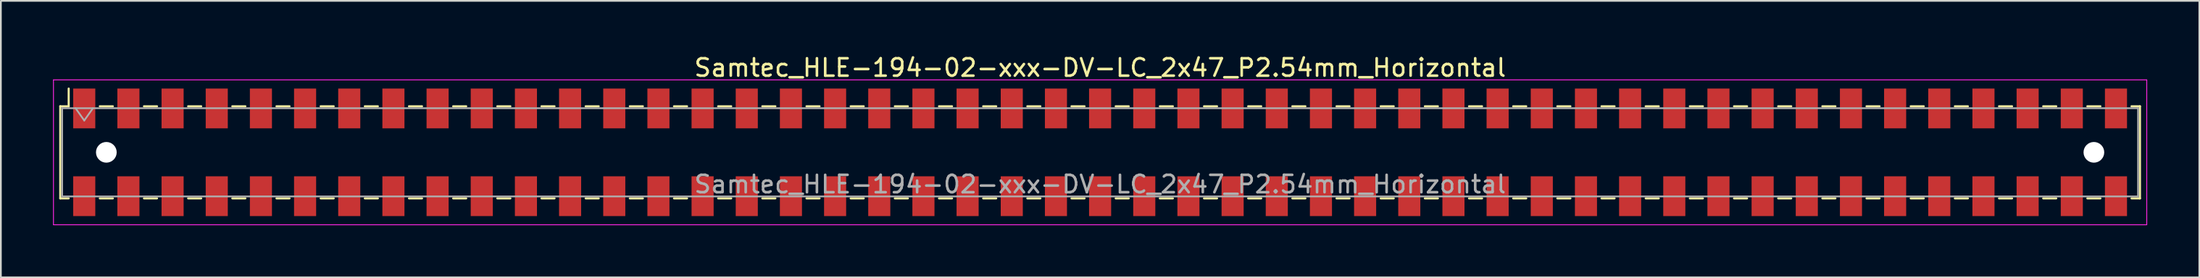
<source format=kicad_pcb>
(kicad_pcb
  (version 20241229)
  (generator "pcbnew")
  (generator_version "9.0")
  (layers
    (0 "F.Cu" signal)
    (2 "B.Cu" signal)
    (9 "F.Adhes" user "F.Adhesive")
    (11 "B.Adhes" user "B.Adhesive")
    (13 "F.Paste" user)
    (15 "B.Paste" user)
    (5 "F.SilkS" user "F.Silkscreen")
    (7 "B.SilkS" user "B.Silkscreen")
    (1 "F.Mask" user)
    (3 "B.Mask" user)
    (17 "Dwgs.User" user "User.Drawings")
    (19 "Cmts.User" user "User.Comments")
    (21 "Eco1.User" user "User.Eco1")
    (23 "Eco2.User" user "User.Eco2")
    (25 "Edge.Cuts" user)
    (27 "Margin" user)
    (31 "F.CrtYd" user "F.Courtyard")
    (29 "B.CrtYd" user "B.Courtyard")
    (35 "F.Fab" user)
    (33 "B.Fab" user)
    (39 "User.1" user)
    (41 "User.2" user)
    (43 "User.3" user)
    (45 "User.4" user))
  (footprint "Samtec_HLE-194-02-xxx-DV-LC_2x47_P2.54mm_Horizontal"
    (layer "F.Cu")
    (at 60.215 5.718)
    (property "Reference" "Samtec_HLE-194-02-xxx-DV-LC_2x47_P2.54mm_Horizontal" (at 0 -4.87 0) (layer "F.SilkS") (effects (font (size 1 1) (thickness 0.15))))
    (attr smd)
    (fp_line (start -59.8 -2.65) (end -59.8 2.65) (stroke (width 0.12) (type solid)) (layer "F.SilkS"))
    (fp_line (start -59.8 2.65) (end -59.315 2.65) (stroke (width 0.12) (type solid)) (layer "F.SilkS"))
    (fp_line (start -59.315 -3.67) (end -59.315 -2.65) (stroke (width 0.12) (type solid)) (layer "F.SilkS"))
    (fp_line (start -59.315 -2.65) (end -59.8 -2.65) (stroke (width 0.12) (type solid)) (layer "F.SilkS"))
    (fp_line (start -57.525 -2.65) (end -56.775 -2.65) (stroke (width 0.12) (type solid)) (layer "F.SilkS"))
    (fp_line (start -57.525 2.65) (end -56.775 2.65) (stroke (width 0.12) (type solid)) (layer "F.SilkS"))
    (fp_line (start -54.985 -2.65) (end -54.235 -2.65) (stroke (width 0.12) (type solid)) (layer "F.SilkS"))
    (fp_line (start -54.985 2.65) (end -54.235 2.65) (stroke (width 0.12) (type solid)) (layer "F.SilkS"))
    (fp_line (start -52.445 -2.65) (end -51.695 -2.65) (stroke (width 0.12) (type solid)) (layer "F.SilkS"))
    (fp_line (start -52.445 2.65) (end -51.695 2.65) (stroke (width 0.12) (type solid)) (layer "F.SilkS"))
    (fp_line (start -49.905 -2.65) (end -49.155 -2.65) (stroke (width 0.12) (type solid)) (layer "F.SilkS"))
    (fp_line (start -49.905 2.65) (end -49.155 2.65) (stroke (width 0.12) (type solid)) (layer "F.SilkS"))
    (fp_line (start -47.365 -2.65) (end -46.615 -2.65) (stroke (width 0.12) (type solid)) (layer "F.SilkS"))
    (fp_line (start -47.365 2.65) (end -46.615 2.65) (stroke (width 0.12) (type solid)) (layer "F.SilkS"))
    (fp_line (start -44.825 -2.65) (end -44.075 -2.65) (stroke (width 0.12) (type solid)) (layer "F.SilkS"))
    (fp_line (start -44.825 2.65) (end -44.075 2.65) (stroke (width 0.12) (type solid)) (layer "F.SilkS"))
    (fp_line (start -42.285 -2.65) (end -41.535 -2.65) (stroke (width 0.12) (type solid)) (layer "F.SilkS"))
    (fp_line (start -42.285 2.65) (end -41.535 2.65) (stroke (width 0.12) (type solid)) (layer "F.SilkS"))
    (fp_line (start -39.745 -2.65) (end -38.995 -2.65) (stroke (width 0.12) (type solid)) (layer "F.SilkS"))
    (fp_line (start -39.745 2.65) (end -38.995 2.65) (stroke (width 0.12) (type solid)) (layer "F.SilkS"))
    (fp_line (start -37.205 -2.65) (end -36.455 -2.65) (stroke (width 0.12) (type solid)) (layer "F.SilkS"))
    (fp_line (start -37.205 2.65) (end -36.455 2.65) (stroke (width 0.12) (type solid)) (layer "F.SilkS"))
    (fp_line (start -34.665 -2.65) (end -33.915 -2.65) (stroke (width 0.12) (type solid)) (layer "F.SilkS"))
    (fp_line (start -34.665 2.65) (end -33.915 2.65) (stroke (width 0.12) (type solid)) (layer "F.SilkS"))
    (fp_line (start -32.125 -2.65) (end -31.375 -2.65) (stroke (width 0.12) (type solid)) (layer "F.SilkS"))
    (fp_line (start -32.125 2.65) (end -31.375 2.65) (stroke (width 0.12) (type solid)) (layer "F.SilkS"))
    (fp_line (start -29.585 -2.65) (end -28.835 -2.65) (stroke (width 0.12) (type solid)) (layer "F.SilkS"))
    (fp_line (start -29.585 2.65) (end -28.835 2.65) (stroke (width 0.12) (type solid)) (layer "F.SilkS"))
    (fp_line (start -27.045 -2.65) (end -26.295 -2.65) (stroke (width 0.12) (type solid)) (layer "F.SilkS"))
    (fp_line (start -27.045 2.65) (end -26.295 2.65) (stroke (width 0.12) (type solid)) (layer "F.SilkS"))
    (fp_line (start -24.505 -2.65) (end -23.755 -2.65) (stroke (width 0.12) (type solid)) (layer "F.SilkS"))
    (fp_line (start -24.505 2.65) (end -23.755 2.65) (stroke (width 0.12) (type solid)) (layer "F.SilkS"))
    (fp_line (start -21.965 -2.65) (end -21.215 -2.65) (stroke (width 0.12) (type solid)) (layer "F.SilkS"))
    (fp_line (start -21.965 2.65) (end -21.215 2.65) (stroke (width 0.12) (type solid)) (layer "F.SilkS"))
    (fp_line (start -19.425 -2.65) (end -18.675 -2.65) (stroke (width 0.12) (type solid)) (layer "F.SilkS"))
    (fp_line (start -19.425 2.65) (end -18.675 2.65) (stroke (width 0.12) (type solid)) (layer "F.SilkS"))
    (fp_line (start -16.885 -2.65) (end -16.135 -2.65) (stroke (width 0.12) (type solid)) (layer "F.SilkS"))
    (fp_line (start -16.885 2.65) (end -16.135 2.65) (stroke (width 0.12) (type solid)) (layer "F.SilkS"))
    (fp_line (start -14.345 -2.65) (end -13.595 -2.65) (stroke (width 0.12) (type solid)) (layer "F.SilkS"))
    (fp_line (start -14.345 2.65) (end -13.595 2.65) (stroke (width 0.12) (type solid)) (layer "F.SilkS"))
    (fp_line (start -11.805 -2.65) (end -11.055 -2.65) (stroke (width 0.12) (type solid)) (layer "F.SilkS"))
    (fp_line (start -11.805 2.65) (end -11.055 2.65) (stroke (width 0.12) (type solid)) (layer "F.SilkS"))
    (fp_line (start -9.265 -2.65) (end -8.515 -2.65) (stroke (width 0.12) (type solid)) (layer "F.SilkS"))
    (fp_line (start -9.265 2.65) (end -8.515 2.65) (stroke (width 0.12) (type solid)) (layer "F.SilkS"))
    (fp_line (start -6.725 -2.65) (end -5.975 -2.65) (stroke (width 0.12) (type solid)) (layer "F.SilkS"))
    (fp_line (start -6.725 2.65) (end -5.975 2.65) (stroke (width 0.12) (type solid)) (layer "F.SilkS"))
    (fp_line (start -4.185 -2.65) (end -3.435 -2.65) (stroke (width 0.12) (type solid)) (layer "F.SilkS"))
    (fp_line (start -4.185 2.65) (end -3.435 2.65) (stroke (width 0.12) (type solid)) (layer "F.SilkS"))
    (fp_line (start -1.645 -2.65) (end -0.895 -2.65) (stroke (width 0.12) (type solid)) (layer "F.SilkS"))
    (fp_line (start -1.645 2.65) (end -0.895 2.65) (stroke (width 0.12) (type solid)) (layer "F.SilkS"))
    (fp_line (start 0.895 -2.65) (end 1.645 -2.65) (stroke (width 0.12) (type solid)) (layer "F.SilkS"))
    (fp_line (start 0.895 2.65) (end 1.645 2.65) (stroke (width 0.12) (type solid)) (layer "F.SilkS"))
    (fp_line (start 3.435 -2.65) (end 4.185 -2.65) (stroke (width 0.12) (type solid)) (layer "F.SilkS"))
    (fp_line (start 3.435 2.65) (end 4.185 2.65) (stroke (width 0.12) (type solid)) (layer "F.SilkS"))
    (fp_line (start 5.975 -2.65) (end 6.725 -2.65) (stroke (width 0.12) (type solid)) (layer "F.SilkS"))
    (fp_line (start 5.975 2.65) (end 6.725 2.65) (stroke (width 0.12) (type solid)) (layer "F.SilkS"))
    (fp_line (start 8.515 -2.65) (end 9.265 -2.65) (stroke (width 0.12) (type solid)) (layer "F.SilkS"))
    (fp_line (start 8.515 2.65) (end 9.265 2.65) (stroke (width 0.12) (type solid)) (layer "F.SilkS"))
    (fp_line (start 11.055 -2.65) (end 11.805 -2.65) (stroke (width 0.12) (type solid)) (layer "F.SilkS"))
    (fp_line (start 11.055 2.65) (end 11.805 2.65) (stroke (width 0.12) (type solid)) (layer "F.SilkS"))
    (fp_line (start 13.595 -2.65) (end 14.345 -2.65) (stroke (width 0.12) (type solid)) (layer "F.SilkS"))
    (fp_line (start 13.595 2.65) (end 14.345 2.65) (stroke (width 0.12) (type solid)) (layer "F.SilkS"))
    (fp_line (start 16.135 -2.65) (end 16.885 -2.65) (stroke (width 0.12) (type solid)) (layer "F.SilkS"))
    (fp_line (start 16.135 2.65) (end 16.885 2.65) (stroke (width 0.12) (type solid)) (layer "F.SilkS"))
    (fp_line (start 18.675 -2.65) (end 19.425 -2.65) (stroke (width 0.12) (type solid)) (layer "F.SilkS"))
    (fp_line (start 18.675 2.65) (end 19.425 2.65) (stroke (width 0.12) (type solid)) (layer "F.SilkS"))
    (fp_line (start 21.215 -2.65) (end 21.965 -2.65) (stroke (width 0.12) (type solid)) (layer "F.SilkS"))
    (fp_line (start 21.215 2.65) (end 21.965 2.65) (stroke (width 0.12) (type solid)) (layer "F.SilkS"))
    (fp_line (start 23.755 -2.65) (end 24.505 -2.65) (stroke (width 0.12) (type solid)) (layer "F.SilkS"))
    (fp_line (start 23.755 2.65) (end 24.505 2.65) (stroke (width 0.12) (type solid)) (layer "F.SilkS"))
    (fp_line (start 26.295 -2.65) (end 27.045 -2.65) (stroke (width 0.12) (type solid)) (layer "F.SilkS"))
    (fp_line (start 26.295 2.65) (end 27.045 2.65) (stroke (width 0.12) (type solid)) (layer "F.SilkS"))
    (fp_line (start 28.835 -2.65) (end 29.585 -2.65) (stroke (width 0.12) (type solid)) (layer "F.SilkS"))
    (fp_line (start 28.835 2.65) (end 29.585 2.65) (stroke (width 0.12) (type solid)) (layer "F.SilkS"))
    (fp_line (start 31.375 -2.65) (end 32.125 -2.65) (stroke (width 0.12) (type solid)) (layer "F.SilkS"))
    (fp_line (start 31.375 2.65) (end 32.125 2.65) (stroke (width 0.12) (type solid)) (layer "F.SilkS"))
    (fp_line (start 33.915 -2.65) (end 34.665 -2.65) (stroke (width 0.12) (type solid)) (layer "F.SilkS"))
    (fp_line (start 33.915 2.65) (end 34.665 2.65) (stroke (width 0.12) (type solid)) (layer "F.SilkS"))
    (fp_line (start 36.455 -2.65) (end 37.205 -2.65) (stroke (width 0.12) (type solid)) (layer "F.SilkS"))
    (fp_line (start 36.455 2.65) (end 37.205 2.65) (stroke (width 0.12) (type solid)) (layer "F.SilkS"))
    (fp_line (start 38.995 -2.65) (end 39.745 -2.65) (stroke (width 0.12) (type solid)) (layer "F.SilkS"))
    (fp_line (start 38.995 2.65) (end 39.745 2.65) (stroke (width 0.12) (type solid)) (layer "F.SilkS"))
    (fp_line (start 41.535 -2.65) (end 42.285 -2.65) (stroke (width 0.12) (type solid)) (layer "F.SilkS"))
    (fp_line (start 41.535 2.65) (end 42.285 2.65) (stroke (width 0.12) (type solid)) (layer "F.SilkS"))
    (fp_line (start 44.075 -2.65) (end 44.825 -2.65) (stroke (width 0.12) (type solid)) (layer "F.SilkS"))
    (fp_line (start 44.075 2.65) (end 44.825 2.65) (stroke (width 0.12) (type solid)) (layer "F.SilkS"))
    (fp_line (start 46.615 -2.65) (end 47.365 -2.65) (stroke (width 0.12) (type solid)) (layer "F.SilkS"))
    (fp_line (start 46.615 2.65) (end 47.365 2.65) (stroke (width 0.12) (type solid)) (layer "F.SilkS"))
    (fp_line (start 49.155 -2.65) (end 49.905 -2.65) (stroke (width 0.12) (type solid)) (layer "F.SilkS"))
    (fp_line (start 49.155 2.65) (end 49.905 2.65) (stroke (width 0.12) (type solid)) (layer "F.SilkS"))
    (fp_line (start 51.695 -2.65) (end 52.445 -2.65) (stroke (width 0.12) (type solid)) (layer "F.SilkS"))
    (fp_line (start 51.695 2.65) (end 52.445 2.65) (stroke (width 0.12) (type solid)) (layer "F.SilkS"))
    (fp_line (start 54.235 -2.65) (end 54.985 -2.65) (stroke (width 0.12) (type solid)) (layer "F.SilkS"))
    (fp_line (start 54.235 2.65) (end 54.985 2.65) (stroke (width 0.12) (type solid)) (layer "F.SilkS"))
    (fp_line (start 56.775 -2.65) (end 57.525 -2.65) (stroke (width 0.12) (type solid)) (layer "F.SilkS"))
    (fp_line (start 56.775 2.65) (end 57.525 2.65) (stroke (width 0.12) (type solid)) (layer "F.SilkS"))
    (fp_line (start 59.315 -2.65) (end 59.8 -2.65) (stroke (width 0.12) (type solid)) (layer "F.SilkS"))
    (fp_line (start 59.8 -2.65) (end 59.8 2.65) (stroke (width 0.12) (type solid)) (layer "F.SilkS"))
    (fp_line (start 59.8 2.65) (end 59.315 2.65) (stroke (width 0.12) (type solid)) (layer "F.SilkS"))
    (fp_line (start -60.19 -4.17) (end 60.19 -4.17) (stroke (width 0.05) (type solid)) (layer "F.CrtYd"))
    (fp_line (start -60.19 4.17) (end -60.19 -4.17) (stroke (width 0.05) (type solid)) (layer "F.CrtYd"))
    (fp_line (start 60.19 -4.17) (end 60.19 4.17) (stroke (width 0.05) (type solid)) (layer "F.CrtYd"))
    (fp_line (start 60.19 4.17) (end -60.19 4.17) (stroke (width 0.05) (type solid)) (layer "F.CrtYd"))
    (fp_line (start -59.69 -2.54) (end 59.69 -2.54) (stroke (width 0.1) (type solid)) (layer "F.Fab"))
    (fp_line (start -59.69 2.54) (end -59.69 -2.54) (stroke (width 0.1) (type solid)) (layer "F.Fab"))
    (fp_line (start -58.92 -2.54) (end -58.42 -1.833) (stroke (width 0.1) (type solid)) (layer "F.Fab"))
    (fp_line (start -58.42 -1.833) (end -57.92 -2.54) (stroke (width 0.1) (type solid)) (layer "F.Fab"))
    (fp_line (start 59.69 -2.54) (end 59.69 2.54) (stroke (width 0.1) (type solid)) (layer "F.Fab"))
    (fp_line (start 59.69 2.54) (end -59.69 2.54) (stroke (width 0.1) (type solid)) (layer "F.Fab"))
    (fp_text user "${REFERENCE}" (at 0 1.84 0) (layer "F.Fab") (effects (font (size 1 1) (thickness 0.15))))
    (pad "" np_thru_hole circle (at -57.15 0) (size 1.19 1.19) (drill 1.19) (layers "*.Cu" "*.Mask"))
    (pad "" np_thru_hole circle (at 57.15 0) (size 1.19 1.19) (drill 1.19) (layers "*.Cu" "*.Mask"))
    (pad "1" smd rect (at -58.42 -2.525) (size 1.27 2.29) (layers "F.Cu" "F.Mask" "F.Paste"))
    (pad "2" smd rect (at -58.42 2.525) (size 1.27 2.29) (layers "F.Cu" "F.Mask" "F.Paste"))
    (pad "3" smd rect (at -55.88 -2.525) (size 1.27 2.29) (layers "F.Cu" "F.Mask" "F.Paste"))
    (pad "4" smd rect (at -55.88 2.525) (size 1.27 2.29) (layers "F.Cu" "F.Mask" "F.Paste"))
    (pad "5" smd rect (at -53.34 -2.525) (size 1.27 2.29) (layers "F.Cu" "F.Mask" "F.Paste"))
    (pad "6" smd rect (at -53.34 2.525) (size 1.27 2.29) (layers "F.Cu" "F.Mask" "F.Paste"))
    (pad "7" smd rect (at -50.8 -2.525) (size 1.27 2.29) (layers "F.Cu" "F.Mask" "F.Paste"))
    (pad "8" smd rect (at -50.8 2.525) (size 1.27 2.29) (layers "F.Cu" "F.Mask" "F.Paste"))
    (pad "9" smd rect (at -48.26 -2.525) (size 1.27 2.29) (layers "F.Cu" "F.Mask" "F.Paste"))
    (pad "10" smd rect (at -48.26 2.525) (size 1.27 2.29) (layers "F.Cu" "F.Mask" "F.Paste"))
    (pad "11" smd rect (at -45.72 -2.525) (size 1.27 2.29) (layers "F.Cu" "F.Mask" "F.Paste"))
    (pad "12" smd rect (at -45.72 2.525) (size 1.27 2.29) (layers "F.Cu" "F.Mask" "F.Paste"))
    (pad "13" smd rect (at -43.18 -2.525) (size 1.27 2.29) (layers "F.Cu" "F.Mask" "F.Paste"))
    (pad "14" smd rect (at -43.18 2.525) (size 1.27 2.29) (layers "F.Cu" "F.Mask" "F.Paste"))
    (pad "15" smd rect (at -40.64 -2.525) (size 1.27 2.29) (layers "F.Cu" "F.Mask" "F.Paste"))
    (pad "16" smd rect (at -40.64 2.525) (size 1.27 2.29) (layers "F.Cu" "F.Mask" "F.Paste"))
    (pad "17" smd rect (at -38.1 -2.525) (size 1.27 2.29) (layers "F.Cu" "F.Mask" "F.Paste"))
    (pad "18" smd rect (at -38.1 2.525) (size 1.27 2.29) (layers "F.Cu" "F.Mask" "F.Paste"))
    (pad "19" smd rect (at -35.56 -2.525) (size 1.27 2.29) (layers "F.Cu" "F.Mask" "F.Paste"))
    (pad "20" smd rect (at -35.56 2.525) (size 1.27 2.29) (layers "F.Cu" "F.Mask" "F.Paste"))
    (pad "21" smd rect (at -33.02 -2.525) (size 1.27 2.29) (layers "F.Cu" "F.Mask" "F.Paste"))
    (pad "22" smd rect (at -33.02 2.525) (size 1.27 2.29) (layers "F.Cu" "F.Mask" "F.Paste"))
    (pad "23" smd rect (at -30.48 -2.525) (size 1.27 2.29) (layers "F.Cu" "F.Mask" "F.Paste"))
    (pad "24" smd rect (at -30.48 2.525) (size 1.27 2.29) (layers "F.Cu" "F.Mask" "F.Paste"))
    (pad "25" smd rect (at -27.94 -2.525) (size 1.27 2.29) (layers "F.Cu" "F.Mask" "F.Paste"))
    (pad "26" smd rect (at -27.94 2.525) (size 1.27 2.29) (layers "F.Cu" "F.Mask" "F.Paste"))
    (pad "27" smd rect (at -25.4 -2.525) (size 1.27 2.29) (layers "F.Cu" "F.Mask" "F.Paste"))
    (pad "28" smd rect (at -25.4 2.525) (size 1.27 2.29) (layers "F.Cu" "F.Mask" "F.Paste"))
    (pad "29" smd rect (at -22.86 -2.525) (size 1.27 2.29) (layers "F.Cu" "F.Mask" "F.Paste"))
    (pad "30" smd rect (at -22.86 2.525) (size 1.27 2.29) (layers "F.Cu" "F.Mask" "F.Paste"))
    (pad "31" smd rect (at -20.32 -2.525) (size 1.27 2.29) (layers "F.Cu" "F.Mask" "F.Paste"))
    (pad "32" smd rect (at -20.32 2.525) (size 1.27 2.29) (layers "F.Cu" "F.Mask" "F.Paste"))
    (pad "33" smd rect (at -17.78 -2.525) (size 1.27 2.29) (layers "F.Cu" "F.Mask" "F.Paste"))
    (pad "34" smd rect (at -17.78 2.525) (size 1.27 2.29) (layers "F.Cu" "F.Mask" "F.Paste"))
    (pad "35" smd rect (at -15.24 -2.525) (size 1.27 2.29) (layers "F.Cu" "F.Mask" "F.Paste"))
    (pad "36" smd rect (at -15.24 2.525) (size 1.27 2.29) (layers "F.Cu" "F.Mask" "F.Paste"))
    (pad "37" smd rect (at -12.7 -2.525) (size 1.27 2.29) (layers "F.Cu" "F.Mask" "F.Paste"))
    (pad "38" smd rect (at -12.7 2.525) (size 1.27 2.29) (layers "F.Cu" "F.Mask" "F.Paste"))
    (pad "39" smd rect (at -10.16 -2.525) (size 1.27 2.29) (layers "F.Cu" "F.Mask" "F.Paste"))
    (pad "40" smd rect (at -10.16 2.525) (size 1.27 2.29) (layers "F.Cu" "F.Mask" "F.Paste"))
    (pad "41" smd rect (at -7.62 -2.525) (size 1.27 2.29) (layers "F.Cu" "F.Mask" "F.Paste"))
    (pad "42" smd rect (at -7.62 2.525) (size 1.27 2.29) (layers "F.Cu" "F.Mask" "F.Paste"))
    (pad "43" smd rect (at -5.08 -2.525) (size 1.27 2.29) (layers "F.Cu" "F.Mask" "F.Paste"))
    (pad "44" smd rect (at -5.08 2.525) (size 1.27 2.29) (layers "F.Cu" "F.Mask" "F.Paste"))
    (pad "45" smd rect (at -2.54 -2.525) (size 1.27 2.29) (layers "F.Cu" "F.Mask" "F.Paste"))
    (pad "46" smd rect (at -2.54 2.525) (size 1.27 2.29) (layers "F.Cu" "F.Mask" "F.Paste"))
    (pad "47" smd rect (at 0 -2.525) (size 1.27 2.29) (layers "F.Cu" "F.Mask" "F.Paste"))
    (pad "48" smd rect (at 0 2.525) (size 1.27 2.29) (layers "F.Cu" "F.Mask" "F.Paste"))
    (pad "49" smd rect (at 2.54 -2.525) (size 1.27 2.29) (layers "F.Cu" "F.Mask" "F.Paste"))
    (pad "50" smd rect (at 2.54 2.525) (size 1.27 2.29) (layers "F.Cu" "F.Mask" "F.Paste"))
    (pad "51" smd rect (at 5.08 -2.525) (size 1.27 2.29) (layers "F.Cu" "F.Mask" "F.Paste"))
    (pad "52" smd rect (at 5.08 2.525) (size 1.27 2.29) (layers "F.Cu" "F.Mask" "F.Paste"))
    (pad "53" smd rect (at 7.62 -2.525) (size 1.27 2.29) (layers "F.Cu" "F.Mask" "F.Paste"))
    (pad "54" smd rect (at 7.62 2.525) (size 1.27 2.29) (layers "F.Cu" "F.Mask" "F.Paste"))
    (pad "55" smd rect (at 10.16 -2.525) (size 1.27 2.29) (layers "F.Cu" "F.Mask" "F.Paste"))
    (pad "56" smd rect (at 10.16 2.525) (size 1.27 2.29) (layers "F.Cu" "F.Mask" "F.Paste"))
    (pad "57" smd rect (at 12.7 -2.525) (size 1.27 2.29) (layers "F.Cu" "F.Mask" "F.Paste"))
    (pad "58" smd rect (at 12.7 2.525) (size 1.27 2.29) (layers "F.Cu" "F.Mask" "F.Paste"))
    (pad "59" smd rect (at 15.24 -2.525) (size 1.27 2.29) (layers "F.Cu" "F.Mask" "F.Paste"))
    (pad "60" smd rect (at 15.24 2.525) (size 1.27 2.29) (layers "F.Cu" "F.Mask" "F.Paste"))
    (pad "61" smd rect (at 17.78 -2.525) (size 1.27 2.29) (layers "F.Cu" "F.Mask" "F.Paste"))
    (pad "62" smd rect (at 17.78 2.525) (size 1.27 2.29) (layers "F.Cu" "F.Mask" "F.Paste"))
    (pad "63" smd rect (at 20.32 -2.525) (size 1.27 2.29) (layers "F.Cu" "F.Mask" "F.Paste"))
    (pad "64" smd rect (at 20.32 2.525) (size 1.27 2.29) (layers "F.Cu" "F.Mask" "F.Paste"))
    (pad "65" smd rect (at 22.86 -2.525) (size 1.27 2.29) (layers "F.Cu" "F.Mask" "F.Paste"))
    (pad "66" smd rect (at 22.86 2.525) (size 1.27 2.29) (layers "F.Cu" "F.Mask" "F.Paste"))
    (pad "67" smd rect (at 25.4 -2.525) (size 1.27 2.29) (layers "F.Cu" "F.Mask" "F.Paste"))
    (pad "68" smd rect (at 25.4 2.525) (size 1.27 2.29) (layers "F.Cu" "F.Mask" "F.Paste"))
    (pad "69" smd rect (at 27.94 -2.525) (size 1.27 2.29) (layers "F.Cu" "F.Mask" "F.Paste"))
    (pad "70" smd rect (at 27.94 2.525) (size 1.27 2.29) (layers "F.Cu" "F.Mask" "F.Paste"))
    (pad "71" smd rect (at 30.48 -2.525) (size 1.27 2.29) (layers "F.Cu" "F.Mask" "F.Paste"))
    (pad "72" smd rect (at 30.48 2.525) (size 1.27 2.29) (layers "F.Cu" "F.Mask" "F.Paste"))
    (pad "73" smd rect (at 33.02 -2.525) (size 1.27 2.29) (layers "F.Cu" "F.Mask" "F.Paste"))
    (pad "74" smd rect (at 33.02 2.525) (size 1.27 2.29) (layers "F.Cu" "F.Mask" "F.Paste"))
    (pad "75" smd rect (at 35.56 -2.525) (size 1.27 2.29) (layers "F.Cu" "F.Mask" "F.Paste"))
    (pad "76" smd rect (at 35.56 2.525) (size 1.27 2.29) (layers "F.Cu" "F.Mask" "F.Paste"))
    (pad "77" smd rect (at 38.1 -2.525) (size 1.27 2.29) (layers "F.Cu" "F.Mask" "F.Paste"))
    (pad "78" smd rect (at 38.1 2.525) (size 1.27 2.29) (layers "F.Cu" "F.Mask" "F.Paste"))
    (pad "79" smd rect (at 40.64 -2.525) (size 1.27 2.29) (layers "F.Cu" "F.Mask" "F.Paste"))
    (pad "80" smd rect (at 40.64 2.525) (size 1.27 2.29) (layers "F.Cu" "F.Mask" "F.Paste"))
    (pad "81" smd rect (at 43.18 -2.525) (size 1.27 2.29) (layers "F.Cu" "F.Mask" "F.Paste"))
    (pad "82" smd rect (at 43.18 2.525) (size 1.27 2.29) (layers "F.Cu" "F.Mask" "F.Paste"))
    (pad "83" smd rect (at 45.72 -2.525) (size 1.27 2.29) (layers "F.Cu" "F.Mask" "F.Paste"))
    (pad "84" smd rect (at 45.72 2.525) (size 1.27 2.29) (layers "F.Cu" "F.Mask" "F.Paste"))
    (pad "85" smd rect (at 48.26 -2.525) (size 1.27 2.29) (layers "F.Cu" "F.Mask" "F.Paste"))
    (pad "86" smd rect (at 48.26 2.525) (size 1.27 2.29) (layers "F.Cu" "F.Mask" "F.Paste"))
    (pad "87" smd rect (at 50.8 -2.525) (size 1.27 2.29) (layers "F.Cu" "F.Mask" "F.Paste"))
    (pad "88" smd rect (at 50.8 2.525) (size 1.27 2.29) (layers "F.Cu" "F.Mask" "F.Paste"))
    (pad "89" smd rect (at 53.34 -2.525) (size 1.27 2.29) (layers "F.Cu" "F.Mask" "F.Paste"))
    (pad "90" smd rect (at 53.34 2.525) (size 1.27 2.29) (layers "F.Cu" "F.Mask" "F.Paste"))
    (pad "91" smd rect (at 55.88 -2.525) (size 1.27 2.29) (layers "F.Cu" "F.Mask" "F.Paste"))
    (pad "92" smd rect (at 55.88 2.525) (size 1.27 2.29) (layers "F.Cu" "F.Mask" "F.Paste"))
    (pad "93" smd rect (at 58.42 -2.525) (size 1.27 2.29) (layers "F.Cu" "F.Mask" "F.Paste"))
    (pad "94" smd rect (at 58.42 2.525) (size 1.27 2.29) (layers "F.Cu" "F.Mask" "F.Paste")))
  (gr_rect
    (start -3 -3)
    (end 123.43 12.913)
    (stroke (width 0.1) (type default))
    (fill no)
    (layer "Edge.Cuts")))
</source>
